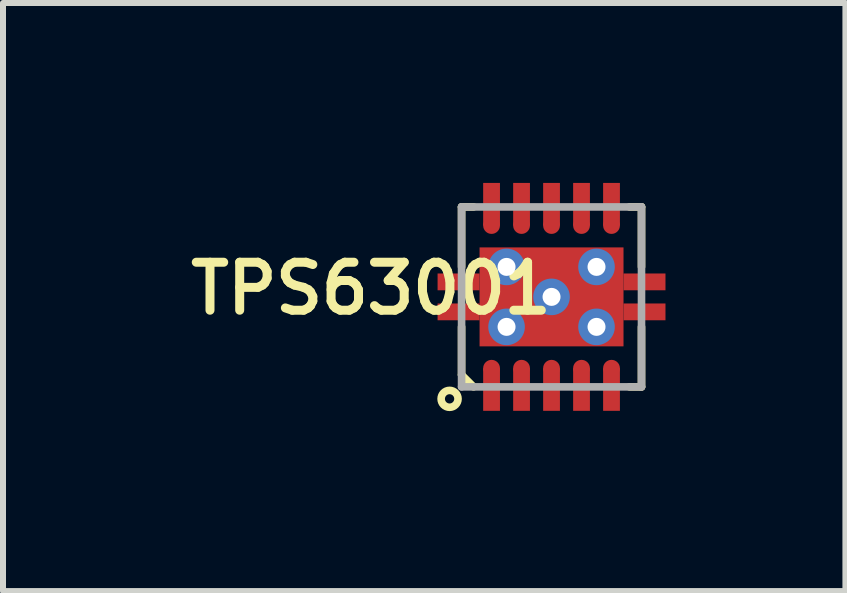
<source format=kicad_pcb>
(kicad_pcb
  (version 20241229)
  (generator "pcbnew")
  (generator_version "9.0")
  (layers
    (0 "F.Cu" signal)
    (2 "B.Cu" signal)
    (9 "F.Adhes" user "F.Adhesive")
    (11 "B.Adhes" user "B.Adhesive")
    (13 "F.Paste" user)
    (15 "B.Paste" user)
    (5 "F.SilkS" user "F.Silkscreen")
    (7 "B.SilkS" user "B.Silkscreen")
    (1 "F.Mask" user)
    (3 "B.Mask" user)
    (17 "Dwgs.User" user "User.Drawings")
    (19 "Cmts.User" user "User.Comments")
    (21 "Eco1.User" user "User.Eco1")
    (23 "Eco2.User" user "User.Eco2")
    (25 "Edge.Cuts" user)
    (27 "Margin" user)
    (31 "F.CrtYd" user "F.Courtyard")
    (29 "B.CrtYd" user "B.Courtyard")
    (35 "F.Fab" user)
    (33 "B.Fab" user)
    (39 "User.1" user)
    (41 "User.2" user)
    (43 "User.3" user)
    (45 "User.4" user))
  (footprint "TPS63001"
    (layer "F.Cu")
    (at 6.146 1.9)
    (property "Reference" "TPS63001" (at -3.009 -0.14 180) (layer "F.SilkS") (effects (font (size 0.8 0.8) (thickness 0.15))))
    (attr smd)
    (fp_line (start -1.5 -1.5) (end -1.3 -1.5) (stroke (width 0.127) (type solid)) (layer "F.SilkS"))
    (fp_line (start -1.5 -0.5) (end -1.5 -1.5) (stroke (width 0.127) (type solid)) (layer "F.SilkS"))
    (fp_line (start -1.5 1.3) (end -1.5 0.5) (stroke (width 0.127) (type solid)) (layer "F.SilkS"))
    (fp_line (start -1.3 1.5) (end -1.5 1.3) (stroke (width 0.127) (type solid)) (layer "F.SilkS"))
    (fp_line (start 1.3 -1.5) (end 1.5 -1.5) (stroke (width 0.127) (type solid)) (layer "F.SilkS"))
    (fp_line (start 1.5 -1.5) (end 1.5 -0.5) (stroke (width 0.127) (type solid)) (layer "F.SilkS"))
    (fp_line (start 1.5 0.5) (end 1.5 1.5) (stroke (width 0.127) (type solid)) (layer "F.SilkS"))
    (fp_line (start 1.5 1.5) (end 1.3 1.5) (stroke (width 0.127) (type solid)) (layer "F.SilkS"))
    (fp_circle (center -1.7 1.7) (end -1.559 1.7) (stroke (width 0.127) (type solid)) (fill no) (layer "F.SilkS"))
    (fp_line (start -1.5 -1.5) (end -1.5 1.5) (stroke (width 0.127) (type solid)) (layer "F.Fab"))
    (fp_line (start -1.5 1.5) (end 1.5 1.5) (stroke (width 0.127) (type solid)) (layer "F.Fab"))
    (fp_line (start 1.5 -1.5) (end -1.5 -1.5) (stroke (width 0.127) (type solid)) (layer "F.Fab"))
    (fp_line (start 1.5 1.5) (end 1.5 -1.5) (stroke (width 0.127) (type solid)) (layer "F.Fab"))
    (pad "1" smd rect (at -1 1.545 180) (size 0.28 0.71) (layers "F.Cu" "F.Mask" "F.Paste"))
    (pad "1B" smd circle (at -1 1.19 180) (size 0.28 0.28) (layers "F.Cu" "F.Mask" "F.Paste"))
    (pad "2" smd rect (at -0.5 1.545 180) (size 0.28 0.71) (layers "F.Cu" "F.Mask" "F.Paste"))
    (pad "2B" smd circle (at -0.5 1.19 180) (size 0.28 0.28) (layers "F.Cu" "F.Mask" "F.Paste"))
    (pad "3" smd rect (at 0 1.545 180) (size 0.28 0.71) (layers "F.Cu" "F.Mask" "F.Paste"))
    (pad "3B" smd circle (at 0 1.19 180) (size 0.28 0.28) (layers "F.Cu" "F.Mask" "F.Paste"))
    (pad "4" smd rect (at 0.5 1.545 180) (size 0.28 0.71) (layers "F.Cu" "F.Mask" "F.Paste"))
    (pad "4B" smd circle (at 0.5 1.19 180) (size 0.28 0.28) (layers "F.Cu" "F.Mask" "F.Paste"))
    (pad "5" smd rect (at 1 1.545 180) (size 0.28 0.71) (layers "F.Cu" "F.Mask" "F.Paste"))
    (pad "5B" smd circle (at 1 1.19 180) (size 0.28 0.28) (layers "F.Cu" "F.Mask" "F.Paste"))
    (pad "6" smd rect (at 1 -1.545) (size 0.28 0.71) (layers "F.Cu" "F.Mask" "F.Paste"))
    (pad "6B" smd circle (at 1 -1.19) (size 0.28 0.28) (layers "F.Cu" "F.Mask" "F.Paste"))
    (pad "7" smd rect (at 0.5 -1.545) (size 0.28 0.71) (layers "F.Cu" "F.Mask" "F.Paste"))
    (pad "7B" smd circle (at 0.5 -1.19) (size 0.28 0.28) (layers "F.Cu" "F.Mask" "F.Paste"))
    (pad "8" smd rect (at 0 -1.545) (size 0.28 0.71) (layers "F.Cu" "F.Mask" "F.Paste"))
    (pad "8B" smd circle (at 0 -1.19) (size 0.28 0.28) (layers "F.Cu" "F.Mask" "F.Paste"))
    (pad "9" smd rect (at -0.5 -1.545) (size 0.28 0.71) (layers "F.Cu" "F.Mask" "F.Paste"))
    (pad "9B" smd circle (at -0.5 -1.19) (size 0.28 0.28) (layers "F.Cu" "F.Mask" "F.Paste"))
    (pad "10" smd rect (at -1 -1.545) (size 0.28 0.71) (layers "F.Cu" "F.Mask" "F.Paste"))
    (pad "10B" smd circle (at -1 -1.19) (size 0.28 0.28) (layers "F.Cu" "F.Mask" "F.Paste"))
    (pad "P$1" thru_hole circle (at 0 0) (size 0.61 0.61) (drill 0.3) (layers "*.Cu" "*.Mask"))
    (pad "P$2" thru_hole circle (at -0.75 -0.5) (size 0.61 0.61) (drill 0.3) (layers "*.Cu" "*.Mask"))
    (pad "P$3" thru_hole circle (at 0.75 -0.5) (size 0.61 0.61) (drill 0.3) (layers "*.Cu" "*.Mask"))
    (pad "P$4" thru_hole circle (at -0.75 0.5) (size 0.61 0.61) (drill 0.3) (layers "*.Cu" "*.Mask"))
    (pad "P$5" thru_hole circle (at 0.75 0.5) (size 0.61 0.61) (drill 0.3) (layers "*.Cu" "*.Mask"))
    (pad "PG" smd rect (at 0 0) (size 2.4 1.65) (layers "F.Cu" "F.Mask" "F.Paste"))
    (pad "PG1" smd rect (at -1.55 0.25) (size 0.7 0.28) (layers "F.Cu" "F.Mask" "F.Paste"))
    (pad "PG2" smd rect (at 1.55 0.25) (size 0.7 0.28) (layers "F.Cu" "F.Mask" "F.Paste"))
    (pad "PG3" smd rect (at 1.55 -0.25) (size 0.7 0.28) (layers "F.Cu" "F.Mask" "F.Paste"))
    (pad "PG4" smd rect (at -1.55 -0.25) (size 0.7 0.28) (layers "F.Cu" "F.Mask" "F.Paste")))
  (gr_rect
    (start -3 -3)
    (end 11.046 6.805)
    (stroke (width 0.1) (type default))
    (fill no)
    (layer "Edge.Cuts")))
</source>
